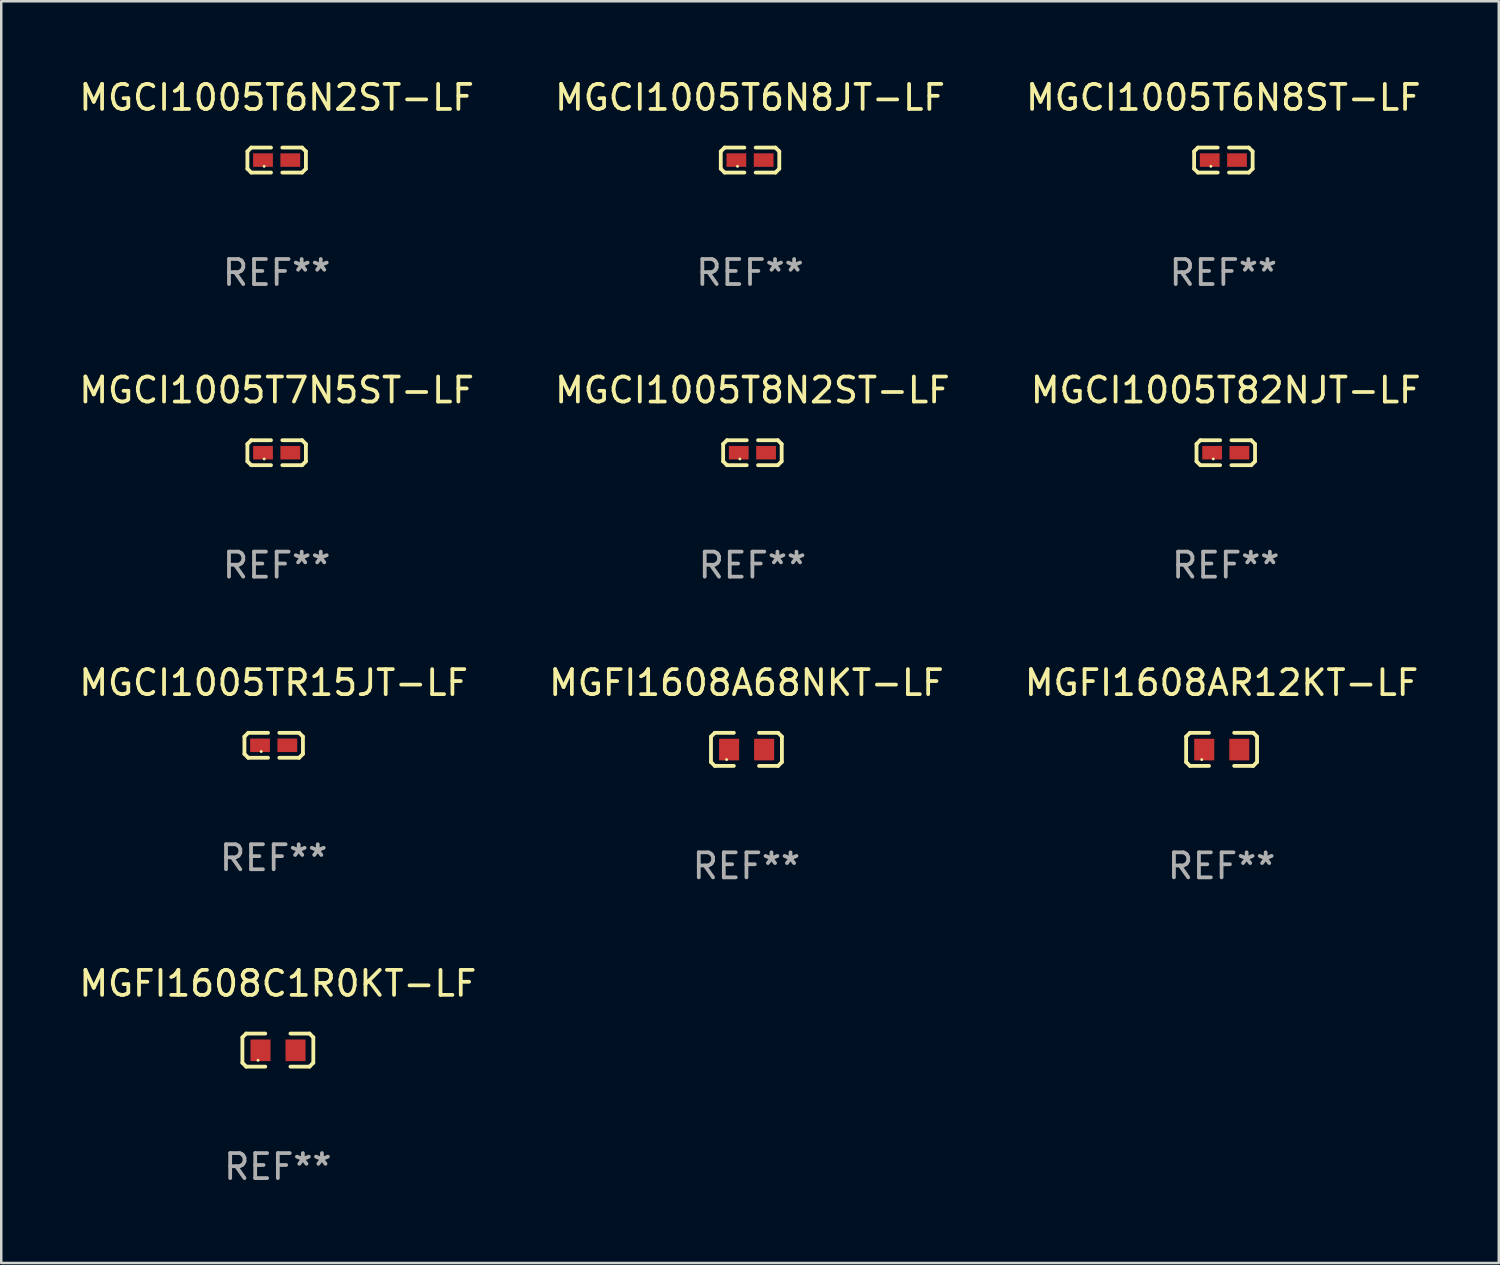
<source format=kicad_pcb>
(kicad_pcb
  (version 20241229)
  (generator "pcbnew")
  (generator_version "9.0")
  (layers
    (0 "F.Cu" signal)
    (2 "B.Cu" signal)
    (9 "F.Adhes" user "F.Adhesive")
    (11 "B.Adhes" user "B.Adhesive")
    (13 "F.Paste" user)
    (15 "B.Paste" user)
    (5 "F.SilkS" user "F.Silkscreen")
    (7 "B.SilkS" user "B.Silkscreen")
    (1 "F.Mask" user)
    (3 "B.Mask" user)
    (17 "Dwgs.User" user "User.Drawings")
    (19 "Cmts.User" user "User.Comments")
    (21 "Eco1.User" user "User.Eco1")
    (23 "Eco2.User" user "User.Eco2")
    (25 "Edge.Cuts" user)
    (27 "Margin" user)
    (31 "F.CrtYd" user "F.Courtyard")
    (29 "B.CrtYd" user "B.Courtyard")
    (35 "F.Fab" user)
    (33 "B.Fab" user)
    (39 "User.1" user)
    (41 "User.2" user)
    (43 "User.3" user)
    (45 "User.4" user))
  (footprint "MGCI1005T6N8JT-LF"
    (layer "F.Cu")
    (at 26.923 3.347)
    (property "Reference" "MGCI1005T6N8JT-LF" (at 0 -2.499 0) (layer "F.SilkS") (effects (font (size 1 1) (thickness 0.15))))
    (attr through_hole)
    (fp_line (start -1.169 -0.346) (end -1.016 -0.499) (stroke (width 0.152) (type solid)) (layer "F.SilkS"))
    (fp_line (start -1.169 0.346) (end -1.169 -0.346) (stroke (width 0.152) (type solid)) (layer "F.SilkS"))
    (fp_line (start -1.016 -0.499) (end -0.226 -0.499) (stroke (width 0.152) (type solid)) (layer "F.SilkS"))
    (fp_line (start -1.016 0.499) (end -1.169 0.346) (stroke (width 0.152) (type solid)) (layer "F.SilkS"))
    (fp_line (start -0.226 0.499) (end -1.016 0.499) (stroke (width 0.152) (type solid)) (layer "F.SilkS"))
    (fp_line (start 0.226 0.499) (end 1.016 0.499) (stroke (width 0.152) (type solid)) (layer "F.SilkS"))
    (fp_line (start 1.016 -0.499) (end 0.226 -0.499) (stroke (width 0.152) (type solid)) (layer "F.SilkS"))
    (fp_line (start 1.016 0.499) (end 1.169 0.346) (stroke (width 0.152) (type solid)) (layer "F.SilkS"))
    (fp_line (start 1.169 -0.346) (end 1.016 -0.499) (stroke (width 0.152) (type solid)) (layer "F.SilkS"))
    (fp_line (start 1.169 0.346) (end 1.169 -0.346) (stroke (width 0.152) (type solid)) (layer "F.SilkS"))
    (fp_circle (center -0.5 0.25) (end -0.47 0.25) (stroke (width 0.06) (type solid)) (fill no) (layer "F.SilkS"))
    (fp_text user "REF**" (at 0 4.499 0) (layer "F.Fab") (effects (font (size 1 1) (thickness 0.15))))
    (pad "1" smd rect (at -0.545 0) (size 0.79 0.54) (layers "F.Cu" "F.Mask" "F.Paste"))
    (pad "2" smd rect (at 0.545 0) (size 0.79 0.54) (layers "F.Cu" "F.Mask" "F.Paste")))
  (footprint "MGCI1005T82NJT-LF"
    (layer "F.Cu")
    (at 45.935 15.041)
    (property "Reference" "MGCI1005T82NJT-LF" (at 0 -2.499 0) (layer "F.SilkS") (effects (font (size 1 1) (thickness 0.15))))
    (attr through_hole)
    (fp_line (start -1.169 -0.346) (end -1.016 -0.499) (stroke (width 0.152) (type solid)) (layer "F.SilkS"))
    (fp_line (start -1.169 0.346) (end -1.169 -0.346) (stroke (width 0.152) (type solid)) (layer "F.SilkS"))
    (fp_line (start -1.016 -0.499) (end -0.226 -0.499) (stroke (width 0.152) (type solid)) (layer "F.SilkS"))
    (fp_line (start -1.016 0.499) (end -1.169 0.346) (stroke (width 0.152) (type solid)) (layer "F.SilkS"))
    (fp_line (start -0.226 0.499) (end -1.016 0.499) (stroke (width 0.152) (type solid)) (layer "F.SilkS"))
    (fp_line (start 0.226 0.499) (end 1.016 0.499) (stroke (width 0.152) (type solid)) (layer "F.SilkS"))
    (fp_line (start 1.016 -0.499) (end 0.226 -0.499) (stroke (width 0.152) (type solid)) (layer "F.SilkS"))
    (fp_line (start 1.016 0.499) (end 1.169 0.346) (stroke (width 0.152) (type solid)) (layer "F.SilkS"))
    (fp_line (start 1.169 -0.346) (end 1.016 -0.499) (stroke (width 0.152) (type solid)) (layer "F.SilkS"))
    (fp_line (start 1.169 0.346) (end 1.169 -0.346) (stroke (width 0.152) (type solid)) (layer "F.SilkS"))
    (fp_circle (center -0.5 0.25) (end -0.47 0.25) (stroke (width 0.06) (type solid)) (fill no) (layer "F.SilkS"))
    (fp_text user "REF**" (at 0 4.499 0) (layer "F.Fab") (effects (font (size 1 1) (thickness 0.15))))
    (pad "1" smd rect (at -0.545 0) (size 0.79 0.54) (layers "F.Cu" "F.Mask" "F.Paste"))
    (pad "2" smd rect (at 0.545 0) (size 0.79 0.54) (layers "F.Cu" "F.Mask" "F.Paste")))
  (footprint "MGCI1005T6N8ST-LF"
    (layer "F.Cu")
    (at 45.839 3.347)
    (property "Reference" "MGCI1005T6N8ST-LF" (at 0 -2.499 0) (layer "F.SilkS") (effects (font (size 1 1) (thickness 0.15))))
    (attr through_hole)
    (fp_line (start -1.169 -0.346) (end -1.016 -0.499) (stroke (width 0.152) (type solid)) (layer "F.SilkS"))
    (fp_line (start -1.169 0.346) (end -1.169 -0.346) (stroke (width 0.152) (type solid)) (layer "F.SilkS"))
    (fp_line (start -1.016 -0.499) (end -0.226 -0.499) (stroke (width 0.152) (type solid)) (layer "F.SilkS"))
    (fp_line (start -1.016 0.499) (end -1.169 0.346) (stroke (width 0.152) (type solid)) (layer "F.SilkS"))
    (fp_line (start -0.226 0.499) (end -1.016 0.499) (stroke (width 0.152) (type solid)) (layer "F.SilkS"))
    (fp_line (start 0.226 0.499) (end 1.016 0.499) (stroke (width 0.152) (type solid)) (layer "F.SilkS"))
    (fp_line (start 1.016 -0.499) (end 0.226 -0.499) (stroke (width 0.152) (type solid)) (layer "F.SilkS"))
    (fp_line (start 1.016 0.499) (end 1.169 0.346) (stroke (width 0.152) (type solid)) (layer "F.SilkS"))
    (fp_line (start 1.169 -0.346) (end 1.016 -0.499) (stroke (width 0.152) (type solid)) (layer "F.SilkS"))
    (fp_line (start 1.169 0.346) (end 1.169 -0.346) (stroke (width 0.152) (type solid)) (layer "F.SilkS"))
    (fp_circle (center -0.5 0.25) (end -0.47 0.25) (stroke (width 0.06) (type solid)) (fill no) (layer "F.SilkS"))
    (fp_text user "REF**" (at 0 4.499 0) (layer "F.Fab") (effects (font (size 1 1) (thickness 0.15))))
    (pad "1" smd rect (at -0.545 0) (size 0.79 0.54) (layers "F.Cu" "F.Mask" "F.Paste"))
    (pad "2" smd rect (at 0.545 0) (size 0.79 0.54) (layers "F.Cu" "F.Mask" "F.Paste")))
  (footprint "MGFI1608A68NKT-LF"
    (layer "F.Cu")
    (at 26.78 26.896)
    (property "Reference" "MGFI1608A68NKT-LF" (at 0 -2.661 0) (layer "F.SilkS") (effects (font (size 1 1) (thickness 0.15))))
    (attr through_hole)
    (fp_line (start -1.417 -0.508) (end -1.265 -0.661) (stroke (width 0.152) (type solid)) (layer "F.SilkS"))
    (fp_line (start -1.417 0.508) (end -1.417 -0.508) (stroke (width 0.152) (type solid)) (layer "F.SilkS"))
    (fp_line (start -1.265 -0.661) (end -0.503 -0.661) (stroke (width 0.152) (type solid)) (layer "F.SilkS"))
    (fp_line (start -1.265 0.661) (end -1.417 0.508) (stroke (width 0.152) (type solid)) (layer "F.SilkS"))
    (fp_line (start -1.265 0.661) (end -0.503 0.661) (stroke (width 0.152) (type solid)) (layer "F.SilkS"))
    (fp_line (start 1.265 -0.661) (end 0.503 -0.661) (stroke (width 0.152) (type solid)) (layer "F.SilkS"))
    (fp_line (start 1.265 -0.661) (end 1.417 -0.508) (stroke (width 0.152) (type solid)) (layer "F.SilkS"))
    (fp_line (start 1.265 0.661) (end 0.503 0.661) (stroke (width 0.152) (type solid)) (layer "F.SilkS"))
    (fp_line (start 1.417 -0.508) (end 1.417 0.508) (stroke (width 0.152) (type solid)) (layer "F.SilkS"))
    (fp_line (start 1.417 0.508) (end 1.265 0.661) (stroke (width 0.152) (type solid)) (layer "F.SilkS"))
    (fp_circle (center -0.793 0.409) (end -0.763 0.409) (stroke (width 0.06) (type solid)) (fill no) (layer "F.SilkS"))
    (fp_text user "REF**" (at 0 4.661 0) (layer "F.Fab") (effects (font (size 1 1) (thickness 0.15))))
    (pad "1" smd rect (at -0.693 0.009 180) (size 0.8 0.864) (layers "F.Cu" "F.Mask" "F.Paste"))
    (pad "2" smd rect (at 0.707 0.009 180) (size 0.8 0.864) (layers "F.Cu" "F.Mask" "F.Paste")))
  (footprint "MGCI1005T8N2ST-LF"
    (layer "F.Cu")
    (at 27.018 15.041)
    (property "Reference" "MGCI1005T8N2ST-LF" (at 0 -2.499 0) (layer "F.SilkS") (effects (font (size 1 1) (thickness 0.15))))
    (attr through_hole)
    (fp_line (start -1.169 -0.346) (end -1.016 -0.499) (stroke (width 0.152) (type solid)) (layer "F.SilkS"))
    (fp_line (start -1.169 0.346) (end -1.169 -0.346) (stroke (width 0.152) (type solid)) (layer "F.SilkS"))
    (fp_line (start -1.016 -0.499) (end -0.226 -0.499) (stroke (width 0.152) (type solid)) (layer "F.SilkS"))
    (fp_line (start -1.016 0.499) (end -1.169 0.346) (stroke (width 0.152) (type solid)) (layer "F.SilkS"))
    (fp_line (start -0.226 0.499) (end -1.016 0.499) (stroke (width 0.152) (type solid)) (layer "F.SilkS"))
    (fp_line (start 0.226 0.499) (end 1.016 0.499) (stroke (width 0.152) (type solid)) (layer "F.SilkS"))
    (fp_line (start 1.016 -0.499) (end 0.226 -0.499) (stroke (width 0.152) (type solid)) (layer "F.SilkS"))
    (fp_line (start 1.016 0.499) (end 1.169 0.346) (stroke (width 0.152) (type solid)) (layer "F.SilkS"))
    (fp_line (start 1.169 -0.346) (end 1.016 -0.499) (stroke (width 0.152) (type solid)) (layer "F.SilkS"))
    (fp_line (start 1.169 0.346) (end 1.169 -0.346) (stroke (width 0.152) (type solid)) (layer "F.SilkS"))
    (fp_circle (center -0.5 0.25) (end -0.47 0.25) (stroke (width 0.06) (type solid)) (fill no) (layer "F.SilkS"))
    (fp_text user "REF**" (at 0 4.499 0) (layer "F.Fab") (effects (font (size 1 1) (thickness 0.15))))
    (pad "1" smd rect (at -0.545 0) (size 0.79 0.54) (layers "F.Cu" "F.Mask" "F.Paste"))
    (pad "2" smd rect (at 0.545 0) (size 0.79 0.54) (layers "F.Cu" "F.Mask" "F.Paste")))
  (footprint "MGFI1608AR12KT-LF"
    (layer "F.Cu")
    (at 45.768 26.896)
    (property "Reference" "MGFI1608AR12KT-LF" (at 0 -2.661 0) (layer "F.SilkS") (effects (font (size 1 1) (thickness 0.15))))
    (attr through_hole)
    (fp_line (start -1.417 -0.508) (end -1.265 -0.661) (stroke (width 0.152) (type solid)) (layer "F.SilkS"))
    (fp_line (start -1.417 0.508) (end -1.417 -0.508) (stroke (width 0.152) (type solid)) (layer "F.SilkS"))
    (fp_line (start -1.265 -0.661) (end -0.503 -0.661) (stroke (width 0.152) (type solid)) (layer "F.SilkS"))
    (fp_line (start -1.265 0.661) (end -1.417 0.508) (stroke (width 0.152) (type solid)) (layer "F.SilkS"))
    (fp_line (start -1.265 0.661) (end -0.503 0.661) (stroke (width 0.152) (type solid)) (layer "F.SilkS"))
    (fp_line (start 1.265 -0.661) (end 0.503 -0.661) (stroke (width 0.152) (type solid)) (layer "F.SilkS"))
    (fp_line (start 1.265 -0.661) (end 1.417 -0.508) (stroke (width 0.152) (type solid)) (layer "F.SilkS"))
    (fp_line (start 1.265 0.661) (end 0.503 0.661) (stroke (width 0.152) (type solid)) (layer "F.SilkS"))
    (fp_line (start 1.417 -0.508) (end 1.417 0.508) (stroke (width 0.152) (type solid)) (layer "F.SilkS"))
    (fp_line (start 1.417 0.508) (end 1.265 0.661) (stroke (width 0.152) (type solid)) (layer "F.SilkS"))
    (fp_circle (center -0.793 0.409) (end -0.763 0.409) (stroke (width 0.06) (type solid)) (fill no) (layer "F.SilkS"))
    (fp_text user "REF**" (at 0 4.661 0) (layer "F.Fab") (effects (font (size 1 1) (thickness 0.15))))
    (pad "1" smd rect (at -0.693 0.009 180) (size 0.8 0.864) (layers "F.Cu" "F.Mask" "F.Paste"))
    (pad "2" smd rect (at 0.707 0.009 180) (size 0.8 0.864) (layers "F.Cu" "F.Mask" "F.Paste")))
  (footprint "MGCI1005T6N2ST-LF"
    (layer "F.Cu")
    (at 8.006 3.347)
    (property "Reference" "MGCI1005T6N2ST-LF" (at 0 -2.499 0) (layer "F.SilkS") (effects (font (size 1 1) (thickness 0.15))))
    (attr through_hole)
    (fp_line (start -1.169 -0.346) (end -1.016 -0.499) (stroke (width 0.152) (type solid)) (layer "F.SilkS"))
    (fp_line (start -1.169 0.346) (end -1.169 -0.346) (stroke (width 0.152) (type solid)) (layer "F.SilkS"))
    (fp_line (start -1.016 -0.499) (end -0.226 -0.499) (stroke (width 0.152) (type solid)) (layer "F.SilkS"))
    (fp_line (start -1.016 0.499) (end -1.169 0.346) (stroke (width 0.152) (type solid)) (layer "F.SilkS"))
    (fp_line (start -0.226 0.499) (end -1.016 0.499) (stroke (width 0.152) (type solid)) (layer "F.SilkS"))
    (fp_line (start 0.226 0.499) (end 1.016 0.499) (stroke (width 0.152) (type solid)) (layer "F.SilkS"))
    (fp_line (start 1.016 -0.499) (end 0.226 -0.499) (stroke (width 0.152) (type solid)) (layer "F.SilkS"))
    (fp_line (start 1.016 0.499) (end 1.169 0.346) (stroke (width 0.152) (type solid)) (layer "F.SilkS"))
    (fp_line (start 1.169 -0.346) (end 1.016 -0.499) (stroke (width 0.152) (type solid)) (layer "F.SilkS"))
    (fp_line (start 1.169 0.346) (end 1.169 -0.346) (stroke (width 0.152) (type solid)) (layer "F.SilkS"))
    (fp_circle (center -0.5 0.25) (end -0.47 0.25) (stroke (width 0.06) (type solid)) (fill no) (layer "F.SilkS"))
    (fp_text user "REF**" (at 0 4.499 0) (layer "F.Fab") (effects (font (size 1 1) (thickness 0.15))))
    (pad "1" smd rect (at -0.545 0) (size 0.79 0.54) (layers "F.Cu" "F.Mask" "F.Paste"))
    (pad "2" smd rect (at 0.545 0) (size 0.79 0.54) (layers "F.Cu" "F.Mask" "F.Paste")))
  (footprint "MGCI1005T7N5ST-LF"
    (layer "F.Cu")
    (at 8.006 15.041)
    (property "Reference" "MGCI1005T7N5ST-LF" (at 0 -2.499 0) (layer "F.SilkS") (effects (font (size 1 1) (thickness 0.15))))
    (attr through_hole)
    (fp_line (start -1.169 -0.346) (end -1.016 -0.499) (stroke (width 0.152) (type solid)) (layer "F.SilkS"))
    (fp_line (start -1.169 0.346) (end -1.169 -0.346) (stroke (width 0.152) (type solid)) (layer "F.SilkS"))
    (fp_line (start -1.016 -0.499) (end -0.226 -0.499) (stroke (width 0.152) (type solid)) (layer "F.SilkS"))
    (fp_line (start -1.016 0.499) (end -1.169 0.346) (stroke (width 0.152) (type solid)) (layer "F.SilkS"))
    (fp_line (start -0.226 0.499) (end -1.016 0.499) (stroke (width 0.152) (type solid)) (layer "F.SilkS"))
    (fp_line (start 0.226 0.499) (end 1.016 0.499) (stroke (width 0.152) (type solid)) (layer "F.SilkS"))
    (fp_line (start 1.016 -0.499) (end 0.226 -0.499) (stroke (width 0.152) (type solid)) (layer "F.SilkS"))
    (fp_line (start 1.016 0.499) (end 1.169 0.346) (stroke (width 0.152) (type solid)) (layer "F.SilkS"))
    (fp_line (start 1.169 -0.346) (end 1.016 -0.499) (stroke (width 0.152) (type solid)) (layer "F.SilkS"))
    (fp_line (start 1.169 0.346) (end 1.169 -0.346) (stroke (width 0.152) (type solid)) (layer "F.SilkS"))
    (fp_circle (center -0.5 0.25) (end -0.47 0.25) (stroke (width 0.06) (type solid)) (fill no) (layer "F.SilkS"))
    (fp_text user "REF**" (at 0 4.499 0) (layer "F.Fab") (effects (font (size 1 1) (thickness 0.15))))
    (pad "1" smd rect (at -0.545 0) (size 0.79 0.54) (layers "F.Cu" "F.Mask" "F.Paste"))
    (pad "2" smd rect (at 0.545 0) (size 0.79 0.54) (layers "F.Cu" "F.Mask" "F.Paste")))
  (footprint "MGFI1608C1R0KT-LF"
    (layer "F.Cu")
    (at 8.054 38.914)
    (property "Reference" "MGFI1608C1R0KT-LF" (at 0 -2.661 0) (layer "F.SilkS") (effects (font (size 1 1) (thickness 0.15))))
    (attr through_hole)
    (fp_line (start -1.417 -0.508) (end -1.265 -0.661) (stroke (width 0.152) (type solid)) (layer "F.SilkS"))
    (fp_line (start -1.417 0.508) (end -1.417 -0.508) (stroke (width 0.152) (type solid)) (layer "F.SilkS"))
    (fp_line (start -1.265 -0.661) (end -0.503 -0.661) (stroke (width 0.152) (type solid)) (layer "F.SilkS"))
    (fp_line (start -1.265 0.661) (end -1.417 0.508) (stroke (width 0.152) (type solid)) (layer "F.SilkS"))
    (fp_line (start -1.265 0.661) (end -0.503 0.661) (stroke (width 0.152) (type solid)) (layer "F.SilkS"))
    (fp_line (start 1.265 -0.661) (end 0.503 -0.661) (stroke (width 0.152) (type solid)) (layer "F.SilkS"))
    (fp_line (start 1.265 -0.661) (end 1.417 -0.508) (stroke (width 0.152) (type solid)) (layer "F.SilkS"))
    (fp_line (start 1.265 0.661) (end 0.503 0.661) (stroke (width 0.152) (type solid)) (layer "F.SilkS"))
    (fp_line (start 1.417 -0.508) (end 1.417 0.508) (stroke (width 0.152) (type solid)) (layer "F.SilkS"))
    (fp_line (start 1.417 0.508) (end 1.265 0.661) (stroke (width 0.152) (type solid)) (layer "F.SilkS"))
    (fp_circle (center -0.793 0.409) (end -0.763 0.409) (stroke (width 0.06) (type solid)) (fill no) (layer "F.SilkS"))
    (fp_text user "REF**" (at 0 4.661 0) (layer "F.Fab") (effects (font (size 1 1) (thickness 0.15))))
    (pad "1" smd rect (at -0.693 0.009 180) (size 0.8 0.864) (layers "F.Cu" "F.Mask" "F.Paste"))
    (pad "2" smd rect (at 0.707 0.009 180) (size 0.8 0.864) (layers "F.Cu" "F.Mask" "F.Paste")))
  (footprint "MGCI1005TR15JT-LF"
    (layer "F.Cu")
    (at 7.887 26.734)
    (property "Reference" "MGCI1005TR15JT-LF" (at 0 -2.499 0) (layer "F.SilkS") (effects (font (size 1 1) (thickness 0.15))))
    (attr through_hole)
    (fp_line (start -1.169 -0.346) (end -1.016 -0.499) (stroke (width 0.152) (type solid)) (layer "F.SilkS"))
    (fp_line (start -1.169 0.346) (end -1.169 -0.346) (stroke (width 0.152) (type solid)) (layer "F.SilkS"))
    (fp_line (start -1.016 -0.499) (end -0.226 -0.499) (stroke (width 0.152) (type solid)) (layer "F.SilkS"))
    (fp_line (start -1.016 0.499) (end -1.169 0.346) (stroke (width 0.152) (type solid)) (layer "F.SilkS"))
    (fp_line (start -0.226 0.499) (end -1.016 0.499) (stroke (width 0.152) (type solid)) (layer "F.SilkS"))
    (fp_line (start 0.226 0.499) (end 1.016 0.499) (stroke (width 0.152) (type solid)) (layer "F.SilkS"))
    (fp_line (start 1.016 -0.499) (end 0.226 -0.499) (stroke (width 0.152) (type solid)) (layer "F.SilkS"))
    (fp_line (start 1.016 0.499) (end 1.169 0.346) (stroke (width 0.152) (type solid)) (layer "F.SilkS"))
    (fp_line (start 1.169 -0.346) (end 1.016 -0.499) (stroke (width 0.152) (type solid)) (layer "F.SilkS"))
    (fp_line (start 1.169 0.346) (end 1.169 -0.346) (stroke (width 0.152) (type solid)) (layer "F.SilkS"))
    (fp_circle (center -0.5 0.25) (end -0.47 0.25) (stroke (width 0.06) (type solid)) (fill no) (layer "F.SilkS"))
    (fp_text user "REF**" (at 0 4.499 0) (layer "F.Fab") (effects (font (size 1 1) (thickness 0.15))))
    (pad "1" smd rect (at -0.545 0) (size 0.79 0.54) (layers "F.Cu" "F.Mask" "F.Paste"))
    (pad "2" smd rect (at 0.545 0) (size 0.79 0.54) (layers "F.Cu" "F.Mask" "F.Paste")))
  (gr_rect
    (start -3 -3)
    (end 56.845 47.423)
    (stroke (width 0.1) (type default))
    (fill no)
    (layer "Edge.Cuts")))
</source>
